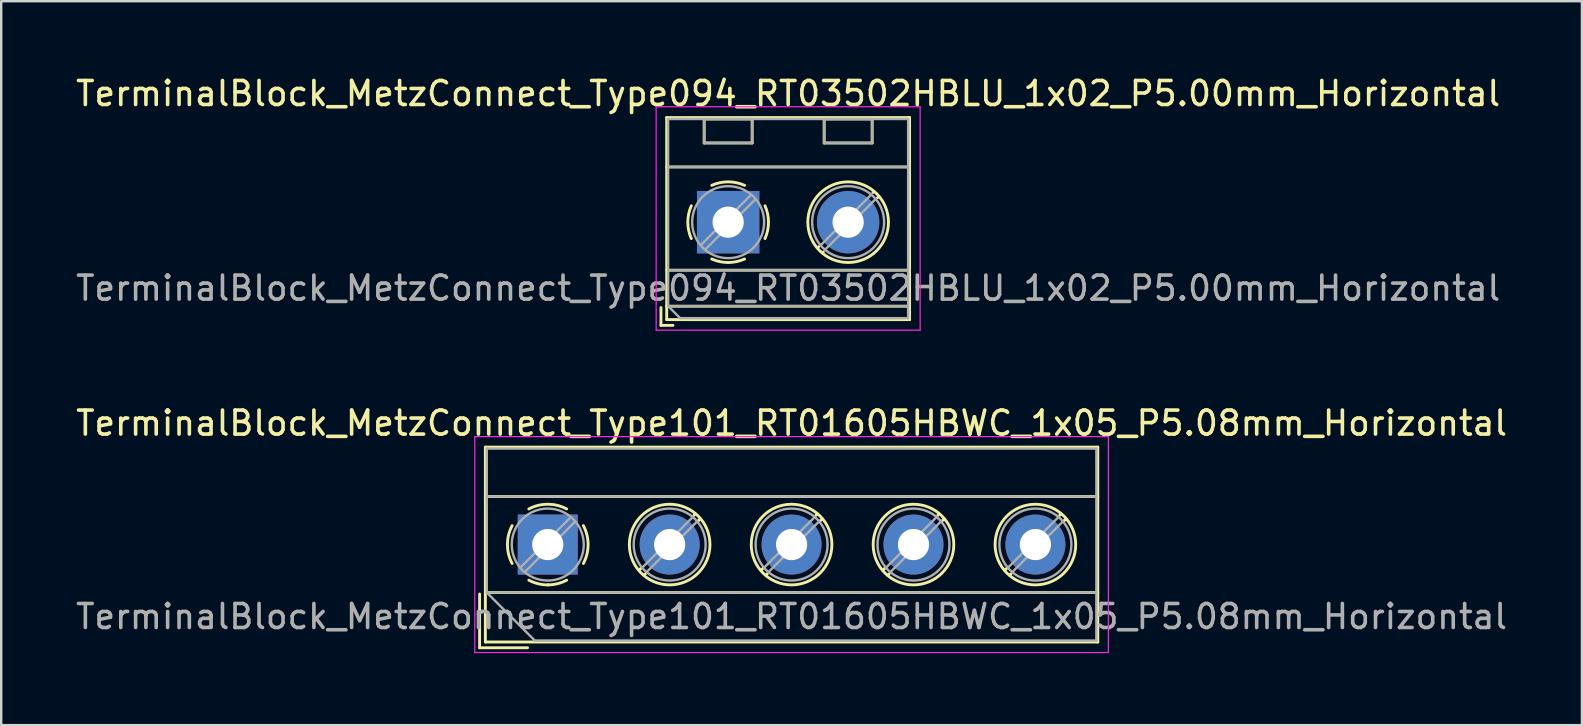
<source format=kicad_pcb>
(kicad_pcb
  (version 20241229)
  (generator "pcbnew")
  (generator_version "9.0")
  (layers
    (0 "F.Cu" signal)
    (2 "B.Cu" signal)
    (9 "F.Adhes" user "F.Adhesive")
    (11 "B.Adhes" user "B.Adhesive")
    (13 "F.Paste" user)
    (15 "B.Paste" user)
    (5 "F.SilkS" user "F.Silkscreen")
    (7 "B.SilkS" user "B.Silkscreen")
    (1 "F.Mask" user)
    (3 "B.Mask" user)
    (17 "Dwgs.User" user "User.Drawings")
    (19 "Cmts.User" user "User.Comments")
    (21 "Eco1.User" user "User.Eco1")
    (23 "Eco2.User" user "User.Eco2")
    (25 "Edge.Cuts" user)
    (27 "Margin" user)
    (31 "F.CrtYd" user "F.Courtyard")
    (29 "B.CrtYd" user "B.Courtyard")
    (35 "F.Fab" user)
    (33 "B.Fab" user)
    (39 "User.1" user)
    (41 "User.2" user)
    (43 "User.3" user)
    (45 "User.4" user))
  (footprint "TerminalBlock_MetzConnect_Type101_RT01605HBWC_1x05_P5.08mm_Horizontal"
    (layer "F.Cu")
    (at 19.775 19.642)
    (property "Reference" "TerminalBlock_MetzConnect_Type101_RT01605HBWC_1x05_P5.08mm_Horizontal" (at 10.16 -5.06 0) (layer "F.SilkS") (effects (font (size 1 1) (thickness 0.15))))
    (attr through_hole)
    (fp_line (start -2.84 2.06) (end -2.84 4.3) (stroke (width 0.12) (type solid)) (layer "F.SilkS"))
    (fp_line (start -2.84 4.3) (end -0.84 4.3) (stroke (width 0.12) (type solid)) (layer "F.SilkS"))
    (fp_line (start -2.6 -4.06) (end -2.6 4.06) (stroke (width 0.12) (type solid)) (layer "F.SilkS"))
    (fp_line (start -2.6 -4.06) (end 22.92 -4.06) (stroke (width 0.12) (type solid)) (layer "F.SilkS"))
    (fp_line (start -2.6 -2) (end 22.92 -2) (stroke (width 0.12) (type solid)) (layer "F.SilkS"))
    (fp_line (start -2.6 2) (end 22.92 2) (stroke (width 0.12) (type solid)) (layer "F.SilkS"))
    (fp_line (start -2.6 4.06) (end 22.92 4.06) (stroke (width 0.12) (type solid)) (layer "F.SilkS"))
    (fp_line (start 3.9 0.976) (end 3.806 1.069) (stroke (width 0.12) (type solid)) (layer "F.SilkS"))
    (fp_line (start 4.07 1.216) (end 4.011 1.274) (stroke (width 0.12) (type solid)) (layer "F.SilkS"))
    (fp_line (start 6.15 -1.275) (end 6.091 -1.216) (stroke (width 0.12) (type solid)) (layer "F.SilkS"))
    (fp_line (start 6.355 -1.069) (end 6.261 -0.976) (stroke (width 0.12) (type solid)) (layer "F.SilkS"))
    (fp_line (start 8.98 0.976) (end 8.886 1.069) (stroke (width 0.12) (type solid)) (layer "F.SilkS"))
    (fp_line (start 9.15 1.216) (end 9.091 1.274) (stroke (width 0.12) (type solid)) (layer "F.SilkS"))
    (fp_line (start 11.23 -1.275) (end 11.171 -1.216) (stroke (width 0.12) (type solid)) (layer "F.SilkS"))
    (fp_line (start 11.435 -1.069) (end 11.341 -0.976) (stroke (width 0.12) (type solid)) (layer "F.SilkS"))
    (fp_line (start 14.06 0.976) (end 13.966 1.069) (stroke (width 0.12) (type solid)) (layer "F.SilkS"))
    (fp_line (start 14.23 1.216) (end 14.171 1.274) (stroke (width 0.12) (type solid)) (layer "F.SilkS"))
    (fp_line (start 16.31 -1.275) (end 16.251 -1.216) (stroke (width 0.12) (type solid)) (layer "F.SilkS"))
    (fp_line (start 16.515 -1.069) (end 16.421 -0.976) (stroke (width 0.12) (type solid)) (layer "F.SilkS"))
    (fp_line (start 19.14 0.976) (end 19.046 1.069) (stroke (width 0.12) (type solid)) (layer "F.SilkS"))
    (fp_line (start 19.31 1.216) (end 19.251 1.274) (stroke (width 0.12) (type solid)) (layer "F.SilkS"))
    (fp_line (start 21.39 -1.275) (end 21.331 -1.216) (stroke (width 0.12) (type solid)) (layer "F.SilkS"))
    (fp_line (start 21.595 -1.069) (end 21.501 -0.976) (stroke (width 0.12) (type solid)) (layer "F.SilkS"))
    (fp_line (start 22.92 -4.06) (end 22.92 4.06) (stroke (width 0.12) (type solid)) (layer "F.SilkS"))
    (fp_arc (start -1.483953 0.789089) (mid -1.680708 0.00005) (end -1.484 -0.789) (stroke (width 0.12) (type solid)) (layer "F.SilkS"))
    (fp_arc (start -0.789089 -1.483953) (mid -0.00005 -1.680708) (end 0.789 -1.484) (stroke (width 0.12) (type solid)) (layer "F.SilkS"))
    (fp_arc (start 0.029383 1.68045) (mid -0.392304 1.634281) (end -0.789 1.484) (stroke (width 0.12) (type solid)) (layer "F.SilkS"))
    (fp_arc (start 0.788712 1.483352) (mid 0.406429 1.630097) (end 0 1.68) (stroke (width 0.12) (type solid)) (layer "F.SilkS"))
    (fp_arc (start 1.483953 -0.789089) (mid 1.680708 -0.00005) (end 1.484 0.789) (stroke (width 0.12) (type solid)) (layer "F.SilkS"))
    (fp_circle (center 5.08 0) (end 6.76 0) (stroke (width 0.12) (type solid)) (fill no) (layer "F.SilkS"))
    (fp_circle (center 10.16 0) (end 11.84 0) (stroke (width 0.12) (type solid)) (fill no) (layer "F.SilkS"))
    (fp_circle (center 15.24 0) (end 16.92 0) (stroke (width 0.12) (type solid)) (fill no) (layer "F.SilkS"))
    (fp_circle (center 20.32 0) (end 22 0) (stroke (width 0.12) (type solid)) (fill no) (layer "F.SilkS"))
    (fp_line (start -3.04 -4.5) (end -3.04 4.5) (stroke (width 0.05) (type solid)) (layer "F.CrtYd"))
    (fp_line (start -3.04 4.5) (end 23.36 4.5) (stroke (width 0.05) (type solid)) (layer "F.CrtYd"))
    (fp_line (start 23.36 -4.5) (end -3.04 -4.5) (stroke (width 0.05) (type solid)) (layer "F.CrtYd"))
    (fp_line (start 23.36 4.5) (end 23.36 -4.5) (stroke (width 0.05) (type solid)) (layer "F.CrtYd"))
    (fp_line (start -2.54 -4) (end 22.86 -4) (stroke (width 0.1) (type solid)) (layer "F.Fab"))
    (fp_line (start -2.54 -2) (end 22.86 -2) (stroke (width 0.1) (type solid)) (layer "F.Fab"))
    (fp_line (start -2.54 2) (end -2.54 -4) (stroke (width 0.1) (type solid)) (layer "F.Fab"))
    (fp_line (start -2.54 2) (end 22.86 2) (stroke (width 0.1) (type solid)) (layer "F.Fab"))
    (fp_line (start -0.54 4) (end -2.54 2) (stroke (width 0.1) (type solid)) (layer "F.Fab"))
    (fp_line (start 0.955 -1.138) (end -1.138 0.955) (stroke (width 0.1) (type solid)) (layer "F.Fab"))
    (fp_line (start 1.138 -0.955) (end -0.955 1.138) (stroke (width 0.1) (type solid)) (layer "F.Fab"))
    (fp_line (start 6.035 -1.138) (end 3.943 0.955) (stroke (width 0.1) (type solid)) (layer "F.Fab"))
    (fp_line (start 6.218 -0.955) (end 4.126 1.138) (stroke (width 0.1) (type solid)) (layer "F.Fab"))
    (fp_line (start 11.115 -1.138) (end 9.023 0.955) (stroke (width 0.1) (type solid)) (layer "F.Fab"))
    (fp_line (start 11.298 -0.955) (end 9.206 1.138) (stroke (width 0.1) (type solid)) (layer "F.Fab"))
    (fp_line (start 16.195 -1.138) (end 14.103 0.955) (stroke (width 0.1) (type solid)) (layer "F.Fab"))
    (fp_line (start 16.378 -0.955) (end 14.286 1.138) (stroke (width 0.1) (type solid)) (layer "F.Fab"))
    (fp_line (start 21.275 -1.138) (end 19.183 0.955) (stroke (width 0.1) (type solid)) (layer "F.Fab"))
    (fp_line (start 21.458 -0.955) (end 19.366 1.138) (stroke (width 0.1) (type solid)) (layer "F.Fab"))
    (fp_line (start 22.86 -4) (end 22.86 4) (stroke (width 0.1) (type solid)) (layer "F.Fab"))
    (fp_line (start 22.86 4) (end -0.54 4) (stroke (width 0.1) (type solid)) (layer "F.Fab"))
    (fp_circle (center 0 0) (end 1.5 0) (stroke (width 0.1) (type solid)) (fill no) (layer "F.Fab"))
    (fp_circle (center 5.08 0) (end 6.58 0) (stroke (width 0.1) (type solid)) (fill no) (layer "F.Fab"))
    (fp_circle (center 10.16 0) (end 11.66 0) (stroke (width 0.1) (type solid)) (fill no) (layer "F.Fab"))
    (fp_circle (center 15.24 0) (end 16.74 0) (stroke (width 0.1) (type solid)) (fill no) (layer "F.Fab"))
    (fp_circle (center 20.32 0) (end 21.82 0) (stroke (width 0.1) (type solid)) (fill no) (layer "F.Fab"))
    (fp_text user "${REFERENCE}" (at 10.16 3 0) (layer "F.Fab") (effects (font (size 1 1) (thickness 0.15))))
    (pad "1" thru_hole rect (at 0 0) (size 2.5 2.5) (drill 1.3) (layers "*.Cu" "*.Mask"))
    (pad "2" thru_hole circle (at 5.08 0) (size 2.5 2.5) (drill 1.3) (layers "*.Cu" "*.Mask"))
    (pad "3" thru_hole circle (at 10.16 0) (size 2.5 2.5) (drill 1.3) (layers "*.Cu" "*.Mask"))
    (pad "4" thru_hole circle (at 15.24 0) (size 2.5 2.5) (drill 1.3) (layers "*.Cu" "*.Mask"))
    (pad "5" thru_hole circle (at 20.32 0) (size 2.5 2.5) (drill 1.3) (layers "*.Cu" "*.Mask")))
  (footprint "TerminalBlock_MetzConnect_Type094_RT03502HBLU_1x02_P5.00mm_Horizontal"
    (layer "F.Cu")
    (at 27.292 6.208)
    (property "Reference" "TerminalBlock_MetzConnect_Type094_RT03502HBLU_1x02_P5.00mm_Horizontal" (at 2.5 -5.36 0) (layer "F.SilkS") (effects (font (size 1 1) (thickness 0.15))))
    (attr through_hole)
    (fp_line (start -2.8 3.56) (end -2.8 4.3) (stroke (width 0.12) (type solid)) (layer "F.SilkS"))
    (fp_line (start -2.8 4.3) (end -2.3 4.3) (stroke (width 0.12) (type solid)) (layer "F.SilkS"))
    (fp_line (start -2.56 -4.36) (end -2.56 4.06) (stroke (width 0.12) (type solid)) (layer "F.SilkS"))
    (fp_line (start -2.56 -4.36) (end 7.56 -4.36) (stroke (width 0.12) (type solid)) (layer "F.SilkS"))
    (fp_line (start -2.56 -2.301) (end 7.56 -2.301) (stroke (width 0.12) (type solid)) (layer "F.SilkS"))
    (fp_line (start -2.56 2) (end 7.56 2) (stroke (width 0.12) (type solid)) (layer "F.SilkS"))
    (fp_line (start -2.56 3.5) (end 7.56 3.5) (stroke (width 0.12) (type solid)) (layer "F.SilkS"))
    (fp_line (start -2.56 4.06) (end 7.56 4.06) (stroke (width 0.12) (type solid)) (layer "F.SilkS"))
    (fp_line (start -1 -4.3) (end -1 -3.3) (stroke (width 0.12) (type solid)) (layer "F.SilkS"))
    (fp_line (start -1 -4.3) (end 1 -4.3) (stroke (width 0.12) (type solid)) (layer "F.SilkS"))
    (fp_line (start -1 -3.3) (end 1 -3.3) (stroke (width 0.12) (type solid)) (layer "F.SilkS"))
    (fp_line (start 1 -4.3) (end 1 -3.3) (stroke (width 0.12) (type solid)) (layer "F.SilkS"))
    (fp_line (start 3.773 1.023) (end 3.726 1.069) (stroke (width 0.12) (type solid)) (layer "F.SilkS"))
    (fp_line (start 3.966 1.239) (end 3.931 1.274) (stroke (width 0.12) (type solid)) (layer "F.SilkS"))
    (fp_line (start 4 -4.3) (end 4 -3.3) (stroke (width 0.12) (type solid)) (layer "F.SilkS"))
    (fp_line (start 4 -4.3) (end 6 -4.3) (stroke (width 0.12) (type solid)) (layer "F.SilkS"))
    (fp_line (start 4 -3.3) (end 6 -3.3) (stroke (width 0.12) (type solid)) (layer "F.SilkS"))
    (fp_line (start 6 -4.3) (end 6 -3.3) (stroke (width 0.12) (type solid)) (layer "F.SilkS"))
    (fp_line (start 6.07 -1.275) (end 6.035 -1.239) (stroke (width 0.12) (type solid)) (layer "F.SilkS"))
    (fp_line (start 6.275 -1.069) (end 6.228 -1.023) (stroke (width 0.12) (type solid)) (layer "F.SilkS"))
    (fp_line (start 7.56 -4.36) (end 7.56 4.06) (stroke (width 0.12) (type solid)) (layer "F.SilkS"))
    (fp_arc (start -1.535427 0.683042) (mid -1.680501 -0.000524) (end -1.535 -0.684) (stroke (width 0.12) (type solid)) (layer "F.SilkS"))
    (fp_arc (start -0.683042 -1.535427) (mid 0.000524 -1.680501) (end 0.684 -1.535) (stroke (width 0.12) (type solid)) (layer "F.SilkS"))
    (fp_arc (start 0.028805 1.680253) (mid -0.335551 1.646659) (end -0.684 1.535) (stroke (width 0.12) (type solid)) (layer "F.SilkS"))
    (fp_arc (start 0.683318 1.534756) (mid 0.349292 1.643288) (end 0 1.68) (stroke (width 0.12) (type solid)) (layer "F.SilkS"))
    (fp_arc (start 1.535427 -0.683042) (mid 1.680501 0.000524) (end 1.535 0.684) (stroke (width 0.12) (type solid)) (layer "F.SilkS"))
    (fp_circle (center 5 0) (end 6.68 0) (stroke (width 0.12) (type solid)) (fill no) (layer "F.SilkS"))
    (fp_line (start -3 -4.81) (end -3 4.5) (stroke (width 0.05) (type solid)) (layer "F.CrtYd"))
    (fp_line (start -3 4.5) (end 8 4.5) (stroke (width 0.05) (type solid)) (layer "F.CrtYd"))
    (fp_line (start 8 -4.81) (end -3 -4.81) (stroke (width 0.05) (type solid)) (layer "F.CrtYd"))
    (fp_line (start 8 4.5) (end 8 -4.81) (stroke (width 0.05) (type solid)) (layer "F.CrtYd"))
    (fp_line (start -2.5 -4.3) (end 7.5 -4.3) (stroke (width 0.1) (type solid)) (layer "F.Fab"))
    (fp_line (start -2.5 -2.3) (end 7.5 -2.3) (stroke (width 0.1) (type solid)) (layer "F.Fab"))
    (fp_line (start -2.5 2) (end 7.5 2) (stroke (width 0.1) (type solid)) (layer "F.Fab"))
    (fp_line (start -2.5 3.5) (end -2.5 -4.3) (stroke (width 0.1) (type solid)) (layer "F.Fab"))
    (fp_line (start -2.5 3.5) (end 7.5 3.5) (stroke (width 0.1) (type solid)) (layer "F.Fab"))
    (fp_line (start -2 4) (end -2.5 3.5) (stroke (width 0.1) (type solid)) (layer "F.Fab"))
    (fp_line (start -1 -4.3) (end -1 -3.3) (stroke (width 0.1) (type solid)) (layer "F.Fab"))
    (fp_line (start -1 -3.3) (end 1 -3.3) (stroke (width 0.1) (type solid)) (layer "F.Fab"))
    (fp_line (start 0.955 -1.138) (end -1.138 0.955) (stroke (width 0.1) (type solid)) (layer "F.Fab"))
    (fp_line (start 1 -4.3) (end -1 -4.3) (stroke (width 0.1) (type solid)) (layer "F.Fab"))
    (fp_line (start 1 -3.3) (end 1 -4.3) (stroke (width 0.1) (type solid)) (layer "F.Fab"))
    (fp_line (start 1.138 -0.955) (end -0.955 1.138) (stroke (width 0.1) (type solid)) (layer "F.Fab"))
    (fp_line (start 4 -4.3) (end 4 -3.3) (stroke (width 0.1) (type solid)) (layer "F.Fab"))
    (fp_line (start 4 -3.3) (end 6 -3.3) (stroke (width 0.1) (type solid)) (layer "F.Fab"))
    (fp_line (start 5.955 -1.138) (end 3.863 0.955) (stroke (width 0.1) (type solid)) (layer "F.Fab"))
    (fp_line (start 6 -4.3) (end 4 -4.3) (stroke (width 0.1) (type solid)) (layer "F.Fab"))
    (fp_line (start 6 -3.3) (end 6 -4.3) (stroke (width 0.1) (type solid)) (layer "F.Fab"))
    (fp_line (start 6.138 -0.955) (end 4.046 1.138) (stroke (width 0.1) (type solid)) (layer "F.Fab"))
    (fp_line (start 7.5 -4.3) (end 7.5 4) (stroke (width 0.1) (type solid)) (layer "F.Fab"))
    (fp_line (start 7.5 4) (end -2 4) (stroke (width 0.1) (type solid)) (layer "F.Fab"))
    (fp_circle (center 0 0) (end 1.5 0) (stroke (width 0.1) (type solid)) (fill no) (layer "F.Fab"))
    (fp_circle (center 5 0) (end 6.5 0) (stroke (width 0.1) (type solid)) (fill no) (layer "F.Fab"))
    (fp_text user "${REFERENCE}" (at 2.5 2.75 0) (layer "F.Fab") (effects (font (size 1 1) (thickness 0.15))))
    (pad "1" thru_hole rect (at 0 0) (size 2.6 2.6) (drill 1.3) (layers "*.Cu" "*.Mask"))
    (pad "2" thru_hole circle (at 5 0) (size 2.6 2.6) (drill 1.3) (layers "*.Cu" "*.Mask")))
  (gr_rect
    (start -3 -3)
    (end 62.869 27.166)
    (stroke (width 0.1) (type default))
    (fill no)
    (layer "Edge.Cuts")))
</source>
